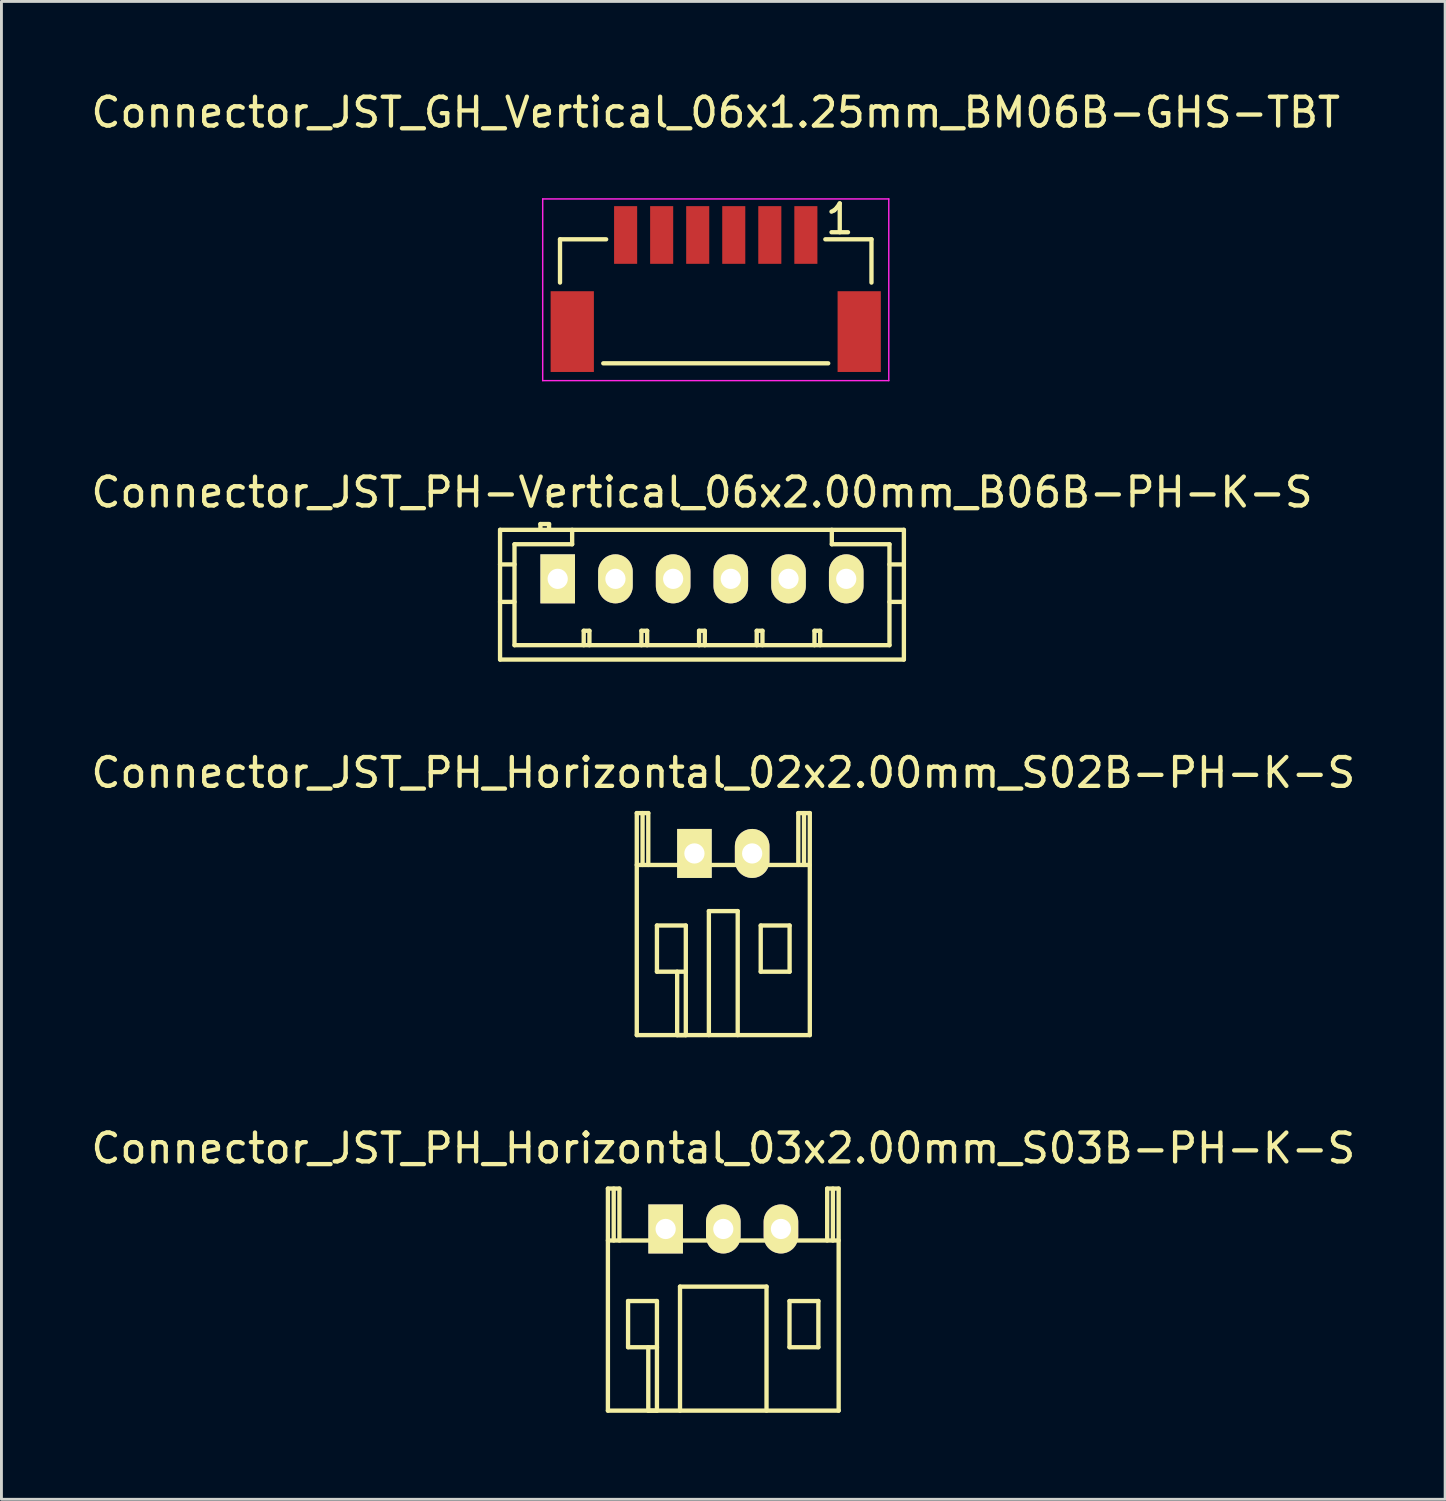
<source format=kicad_pcb>
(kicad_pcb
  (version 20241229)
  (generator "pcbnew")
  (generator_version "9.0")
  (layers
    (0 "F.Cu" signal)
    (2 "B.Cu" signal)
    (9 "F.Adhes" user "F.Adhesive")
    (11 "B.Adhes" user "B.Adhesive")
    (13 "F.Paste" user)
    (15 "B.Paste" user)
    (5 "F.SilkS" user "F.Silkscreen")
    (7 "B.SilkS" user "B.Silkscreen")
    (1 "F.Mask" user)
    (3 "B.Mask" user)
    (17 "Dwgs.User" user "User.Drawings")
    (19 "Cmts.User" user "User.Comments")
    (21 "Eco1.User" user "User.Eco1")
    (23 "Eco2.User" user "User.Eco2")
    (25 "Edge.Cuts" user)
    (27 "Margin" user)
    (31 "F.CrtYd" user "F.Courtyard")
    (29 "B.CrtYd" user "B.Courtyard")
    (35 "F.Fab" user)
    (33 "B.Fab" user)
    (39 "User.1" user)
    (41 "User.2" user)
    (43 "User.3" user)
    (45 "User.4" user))
  (footprint "Connector_JST_PH_Horizontal_02x2.00mm_S02B-PH-K-S"
    (layer "F.Cu")
    (at 21.03 26.543)
    (property "Reference" "Connector_JST_PH_Horizontal_02x2.00mm_S02B-PH-K-S" (at 1 -2.799 0) (layer "F.SilkS") (effects (font (size 1 1) (thickness 0.15))))
    (attr through_hole)
    (fp_line (start -2 -1.4) (end -2 6.299) (stroke (width 0.15) (type solid)) (layer "F.SilkS"))
    (fp_line (start -2 6.299) (end 4 6.299) (stroke (width 0.15) (type solid)) (layer "F.SilkS"))
    (fp_line (start -1.799 -1.4) (end -1.799 0.399) (stroke (width 0.15) (type solid)) (layer "F.SilkS"))
    (fp_line (start -1.601 -1.4) (end -2 -1.4) (stroke (width 0.15) (type solid)) (layer "F.SilkS"))
    (fp_line (start -1.601 0.399) (end -1.601 -1.4) (stroke (width 0.15) (type solid)) (layer "F.SilkS"))
    (fp_line (start -1.301 2.499) (end -0.3 2.499) (stroke (width 0.15) (type solid)) (layer "F.SilkS"))
    (fp_line (start -1.301 4.1) (end -1.301 2.499) (stroke (width 0.15) (type solid)) (layer "F.SilkS"))
    (fp_line (start -0.6 6.299) (end -0.6 4.1) (stroke (width 0.15) (type solid)) (layer "F.SilkS"))
    (fp_line (start -0.3 2.499) (end -0.3 4.1) (stroke (width 0.15) (type solid)) (layer "F.SilkS"))
    (fp_line (start -0.3 4.1) (end -1.301 4.1) (stroke (width 0.15) (type solid)) (layer "F.SilkS"))
    (fp_line (start -0.3 4.1) (end -0.3 6.299) (stroke (width 0.15) (type solid)) (layer "F.SilkS"))
    (fp_line (start -0.3 6.299) (end -0.6 6.299) (stroke (width 0.15) (type solid)) (layer "F.SilkS"))
    (fp_line (start 0.5 1.999) (end 0.5 6.299) (stroke (width 0.15) (type solid)) (layer "F.SilkS"))
    (fp_line (start 1.5 1.999) (end 0.5 1.999) (stroke (width 0.15) (type solid)) (layer "F.SilkS"))
    (fp_line (start 1.5 1.999) (end 1.5 6.299) (stroke (width 0.15) (type solid)) (layer "F.SilkS"))
    (fp_line (start 2.298 2.499) (end 3.299 2.499) (stroke (width 0.15) (type solid)) (layer "F.SilkS"))
    (fp_line (start 2.298 4.1) (end 2.298 2.499) (stroke (width 0.15) (type solid)) (layer "F.SilkS"))
    (fp_line (start 3.299 2.499) (end 3.299 4.1) (stroke (width 0.15) (type solid)) (layer "F.SilkS"))
    (fp_line (start 3.299 4.1) (end 2.298 4.1) (stroke (width 0.15) (type solid)) (layer "F.SilkS"))
    (fp_line (start 3.601 -1.4) (end 3.601 0.399) (stroke (width 0.15) (type solid)) (layer "F.SilkS"))
    (fp_line (start 3.799 -1.4) (end 3.799 0.399) (stroke (width 0.15) (type solid)) (layer "F.SilkS"))
    (fp_line (start 4 -1.4) (end 3.601 -1.4) (stroke (width 0.15) (type solid)) (layer "F.SilkS"))
    (fp_line (start 4 0.399) (end -2 0.399) (stroke (width 0.15) (type solid)) (layer "F.SilkS"))
    (fp_line (start 4 6.299) (end 4 -1.4) (stroke (width 0.15) (type solid)) (layer "F.SilkS"))
    (pad "1" thru_hole rect (at -0.001 0) (size 1.199 1.699) (drill 0.701) (layers "*.Cu" "*.Mask" "F.SilkS"))
    (pad "2" thru_hole oval (at 2.001 0) (size 1.199 1.699) (drill 0.701) (layers "*.Cu" "*.Mask" "F.SilkS")))
  (footprint "Connector_JST_PH_Horizontal_03x2.00mm_S03B-PH-K-S"
    (layer "F.Cu")
    (at 20.03 39.564)
    (property "Reference" "Connector_JST_PH_Horizontal_03x2.00mm_S03B-PH-K-S" (at 2 -2.799 0) (layer "F.SilkS") (effects (font (size 1 1) (thickness 0.15))))
    (attr through_hole)
    (fp_line (start -2.001 -1.4) (end -2.001 6.299) (stroke (width 0.15) (type solid)) (layer "F.SilkS"))
    (fp_line (start -2.001 0.399) (end 6 0.399) (stroke (width 0.15) (type solid)) (layer "F.SilkS"))
    (fp_line (start -2.001 6.299) (end 6 6.299) (stroke (width 0.15) (type solid)) (layer "F.SilkS"))
    (fp_line (start -1.8 -1.4) (end -1.8 0.399) (stroke (width 0.15) (type solid)) (layer "F.SilkS"))
    (fp_line (start -1.602 -1.4) (end -2.001 -1.4) (stroke (width 0.15) (type solid)) (layer "F.SilkS"))
    (fp_line (start -1.602 0.399) (end -1.602 -1.4) (stroke (width 0.15) (type solid)) (layer "F.SilkS"))
    (fp_line (start -1.302 2.499) (end -0.301 2.499) (stroke (width 0.15) (type solid)) (layer "F.SilkS"))
    (fp_line (start -1.302 4.1) (end -1.302 2.499) (stroke (width 0.15) (type solid)) (layer "F.SilkS"))
    (fp_line (start -0.601 6.299) (end -0.601 4.1) (stroke (width 0.15) (type solid)) (layer "F.SilkS"))
    (fp_line (start -0.301 2.499) (end -0.301 4.1) (stroke (width 0.15) (type solid)) (layer "F.SilkS"))
    (fp_line (start -0.301 4.1) (end -1.302 4.1) (stroke (width 0.15) (type solid)) (layer "F.SilkS"))
    (fp_line (start -0.301 4.1) (end -0.301 6.299) (stroke (width 0.15) (type solid)) (layer "F.SilkS"))
    (fp_line (start -0.301 6.299) (end -0.601 6.299) (stroke (width 0.15) (type solid)) (layer "F.SilkS"))
    (fp_line (start 0.499 1.999) (end 0.499 6.299) (stroke (width 0.15) (type solid)) (layer "F.SilkS"))
    (fp_line (start 0.499 1.999) (end 3.501 1.999) (stroke (width 0.15) (type solid)) (layer "F.SilkS"))
    (fp_line (start 3.499 1.999) (end 3.499 6.299) (stroke (width 0.15) (type solid)) (layer "F.SilkS"))
    (fp_line (start 4.296 2.499) (end 5.297 2.499) (stroke (width 0.15) (type solid)) (layer "F.SilkS"))
    (fp_line (start 4.296 4.1) (end 4.296 2.499) (stroke (width 0.15) (type solid)) (layer "F.SilkS"))
    (fp_line (start 5.297 2.499) (end 5.297 4.1) (stroke (width 0.15) (type solid)) (layer "F.SilkS"))
    (fp_line (start 5.297 4.1) (end 4.296 4.1) (stroke (width 0.15) (type solid)) (layer "F.SilkS"))
    (fp_line (start 5.602 -1.4) (end 5.602 0.399) (stroke (width 0.15) (type solid)) (layer "F.SilkS"))
    (fp_line (start 5.8 -1.4) (end 5.8 0.399) (stroke (width 0.15) (type solid)) (layer "F.SilkS"))
    (fp_line (start 6 -1.4) (end 5.602 -1.4) (stroke (width 0.15) (type solid)) (layer "F.SilkS"))
    (fp_line (start 6 6.299) (end 6 -1.4) (stroke (width 0.15) (type solid)) (layer "F.SilkS"))
    (pad "1" thru_hole rect (at 0.001 0) (size 1.199 1.699) (drill 0.701) (layers "*.Cu" "*.Mask" "F.SilkS"))
    (pad "2" thru_hole oval (at 2 0) (size 1.199 1.699) (drill 0.701) (layers "*.Cu" "*.Mask" "F.SilkS"))
    (pad "3" thru_hole oval (at 3.999 0) (size 1.199 1.699) (drill 0.701) (layers "*.Cu" "*.Mask" "F.SilkS")))
  (footprint "Connector_JST_GH_Vertical_06x1.25mm_BM06B-GHS-TBT"
    (layer "F.Cu")
    (at 21.768 9.848)
    (property "Reference" "Connector_JST_GH_Vertical_06x1.25mm_BM06B-GHS-TBT" (at 0 -9 0) (layer "F.SilkS") (effects (font (size 1 1) (thickness 0.15))))
    (attr smd)
    (fp_line (start -5.4 -4.6) (end -5.4 -3.1) (stroke (width 0.15) (type solid)) (layer "F.SilkS"))
    (fp_line (start -3.8 -4.6) (end -5.4 -4.6) (stroke (width 0.15) (type solid)) (layer "F.SilkS"))
    (fp_line (start 3.9 -0.3) (end -3.9 -0.3) (stroke (width 0.15) (type solid)) (layer "F.SilkS"))
    (fp_line (start 5.4 -4.6) (end 3.8 -4.6) (stroke (width 0.15) (type solid)) (layer "F.SilkS"))
    (fp_line (start 5.4 -3.1) (end 5.4 -4.6) (stroke (width 0.15) (type solid)) (layer "F.SilkS"))
    (fp_line (start -6 -6) (end 6 -6) (stroke (width 0.05) (type solid)) (layer "F.CrtYd"))
    (fp_line (start -6 0.3) (end -6 -6) (stroke (width 0.05) (type solid)) (layer "F.CrtYd"))
    (fp_line (start 6 -6) (end 6 0.3) (stroke (width 0.05) (type solid)) (layer "F.CrtYd"))
    (fp_line (start 6 0.3) (end -6 0.3) (stroke (width 0.05) (type solid)) (layer "F.CrtYd"))
    (fp_text user "1" (at 4.3 -5.3 0) (layer "F.SilkS") (effects (font (size 1 1) (thickness 0.15))))
    (pad "" smd rect (at -4.975 -1.4) (size 1.5 2.8) (layers "F.Cu" "F.Mask" "F.Paste"))
    (pad "" smd rect (at 4.975 -1.4) (size 1.5 2.8) (layers "F.Cu" "F.Mask" "F.Paste"))
    (pad "1" smd rect (at 3.125 -4.75) (size 0.8 2) (layers "F.Cu" "F.Mask" "F.Paste"))
    (pad "2" smd rect (at 1.875 -4.75) (size 0.8 2) (layers "F.Cu" "F.Mask" "F.Paste"))
    (pad "3" smd rect (at 0.625 -4.75) (size 0.8 2) (layers "F.Cu" "F.Mask" "F.Paste"))
    (pad "4" smd rect (at -0.625 -4.75) (size 0.8 2) (layers "F.Cu" "F.Mask" "F.Paste"))
    (pad "5" smd rect (at -1.875 -4.75) (size 0.8 2) (layers "F.Cu" "F.Mask" "F.Paste"))
    (pad "6" smd rect (at -3.125 -4.75) (size 0.8 2) (layers "F.Cu" "F.Mask" "F.Paste")))
  (footprint "Connector_JST_PH-Vertical_06x2.00mm_B06B-PH-K-S"
    (layer "F.Cu")
    (at 16.292 17.021)
    (property "Reference" "Connector_JST_PH-Vertical_06x2.00mm_B06B-PH-K-S" (at 5 -3 0) (layer "F.SilkS") (effects (font (size 1 1) (thickness 0.15))))
    (attr through_hole)
    (fp_line (start -2.003 -1.699) (end -2.003 2.799) (stroke (width 0.15) (type solid)) (layer "F.SilkS"))
    (fp_line (start -2 2.799) (end 12 2.799) (stroke (width 0.15) (type solid)) (layer "F.SilkS"))
    (fp_line (start -1.502 -1.199) (end -1.502 2.301) (stroke (width 0.15) (type solid)) (layer "F.SilkS"))
    (fp_line (start -1.502 -0.5) (end -2.003 -0.5) (stroke (width 0.15) (type solid)) (layer "F.SilkS"))
    (fp_line (start -1.502 0.8) (end -2.003 0.8) (stroke (width 0.15) (type solid)) (layer "F.SilkS"))
    (fp_line (start -0.603 -1.9) (end -0.603 -1.699) (stroke (width 0.15) (type solid)) (layer "F.SilkS"))
    (fp_line (start -0.304 -1.9) (end -0.603 -1.9) (stroke (width 0.15) (type solid)) (layer "F.SilkS"))
    (fp_line (start -0.304 -1.699) (end -0.304 -1.9) (stroke (width 0.15) (type solid)) (layer "F.SilkS"))
    (fp_line (start 0.497 -1.699) (end 0.497 -1.199) (stroke (width 0.15) (type solid)) (layer "F.SilkS"))
    (fp_line (start 0.497 -1.199) (end -1.502 -1.199) (stroke (width 0.15) (type solid)) (layer "F.SilkS"))
    (fp_line (start 0.898 1.801) (end 1.096 1.801) (stroke (width 0.15) (type solid)) (layer "F.SilkS"))
    (fp_line (start 0.898 2.301) (end 0.898 1.801) (stroke (width 0.15) (type solid)) (layer "F.SilkS"))
    (fp_line (start 1.096 1.801) (end 1.096 2.301) (stroke (width 0.15) (type solid)) (layer "F.SilkS"))
    (fp_line (start 2.899 1.801) (end 3.098 1.801) (stroke (width 0.15) (type solid)) (layer "F.SilkS"))
    (fp_line (start 2.899 2.301) (end 2.899 1.801) (stroke (width 0.15) (type solid)) (layer "F.SilkS"))
    (fp_line (start 3.098 1.801) (end 3.098 2.301) (stroke (width 0.15) (type solid)) (layer "F.SilkS"))
    (fp_line (start 4.898 1.801) (end 5.097 1.801) (stroke (width 0.15) (type solid)) (layer "F.SilkS"))
    (fp_line (start 4.898 2.301) (end 4.898 1.801) (stroke (width 0.15) (type solid)) (layer "F.SilkS"))
    (fp_line (start 5.097 1.801) (end 5.097 2.301) (stroke (width 0.15) (type solid)) (layer "F.SilkS"))
    (fp_line (start 6.897 1.801) (end 7.096 1.801) (stroke (width 0.15) (type solid)) (layer "F.SilkS"))
    (fp_line (start 6.897 2.301) (end 6.897 1.801) (stroke (width 0.15) (type solid)) (layer "F.SilkS"))
    (fp_line (start 7.096 1.801) (end 7.096 2.301) (stroke (width 0.15) (type solid)) (layer "F.SilkS"))
    (fp_line (start 8.899 1.801) (end 9.097 1.801) (stroke (width 0.15) (type solid)) (layer "F.SilkS"))
    (fp_line (start 8.899 2.301) (end 8.899 1.801) (stroke (width 0.15) (type solid)) (layer "F.SilkS"))
    (fp_line (start 9.097 1.801) (end 9.097 2.301) (stroke (width 0.15) (type solid)) (layer "F.SilkS"))
    (fp_line (start 9.501 -1.199) (end 9.501 -1.699) (stroke (width 0.15) (type solid)) (layer "F.SilkS"))
    (fp_line (start 11.5 -1.199) (end 9.501 -1.199) (stroke (width 0.15) (type solid)) (layer "F.SilkS"))
    (fp_line (start 11.5 0.8) (end 12 0.8) (stroke (width 0.15) (type solid)) (layer "F.SilkS"))
    (fp_line (start 11.5 2.301) (end -1.5 2.301) (stroke (width 0.15) (type solid)) (layer "F.SilkS"))
    (fp_line (start 11.5 2.301) (end 11.5 -1.199) (stroke (width 0.15) (type solid)) (layer "F.SilkS"))
    (fp_line (start 12 -1.699) (end -2 -1.699) (stroke (width 0.15) (type solid)) (layer "F.SilkS"))
    (fp_line (start 12 -1.699) (end 12 2.799) (stroke (width 0.15) (type solid)) (layer "F.SilkS"))
    (fp_line (start 12 -0.5) (end 11.5 -0.5) (stroke (width 0.15) (type solid)) (layer "F.SilkS"))
    (pad "1" thru_hole rect (at -0.004 0) (size 1.199 1.699) (drill 0.701) (layers "*.Cu" "*.Mask" "F.SilkS"))
    (pad "2" thru_hole oval (at 1.998 0) (size 1.199 1.699) (drill 0.701) (layers "*.Cu" "*.Mask" "F.SilkS"))
    (pad "3" thru_hole oval (at 3.999 0) (size 1.199 1.699) (drill 0.701) (layers "*.Cu" "*.Mask" "F.SilkS"))
    (pad "4" thru_hole oval (at 5.998 0) (size 1.199 1.699) (drill 0.701) (layers "*.Cu" "*.Mask" "F.SilkS"))
    (pad "5" thru_hole oval (at 8 0) (size 1.199 1.699) (drill 0.701) (layers "*.Cu" "*.Mask" "F.SilkS"))
    (pad "6" thru_hole oval (at 10.001 0) (size 1.199 1.699) (drill 0.701) (layers "*.Cu" "*.Mask" "F.SilkS")))
  (gr_rect
    (start -3 -3)
    (end 47.06 48.938)
    (stroke (width 0.1) (type default))
    (fill no)
    (layer "Edge.Cuts")))
</source>
